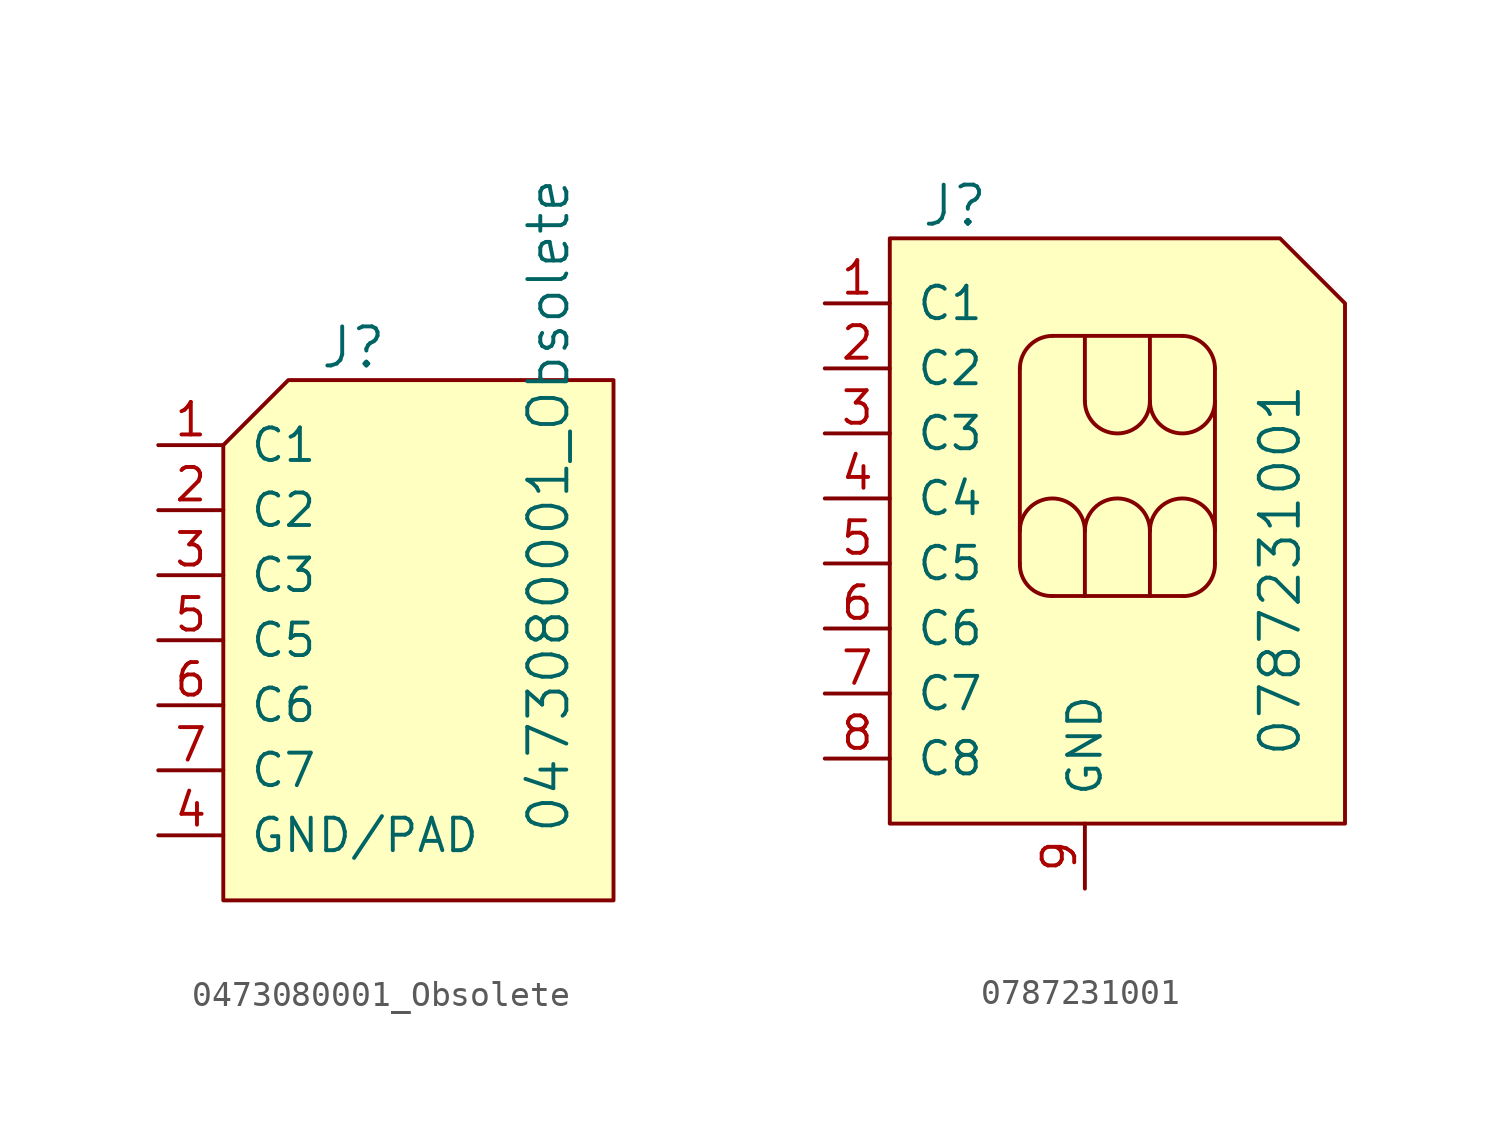
<source format=kicad_sym>
(kicad_symbol_lib
  (version 20201005)
  (generator kicad_symbol_editor)
  (symbol "0473080001_Obsolete"
    (pin_names
      (offset 1.016))
    (property "Reference" "J"
      (at 0 6.35 0)
      (effects (font (size 1.524 1.524))))
    (property "Value" "0473080001_Obsolete"
      (at 7.62 -12.7 90)
      (effects (font (size 1.524 1.524)) (justify left)))
    (symbol "0473080001_Obsolete_0_1"
      (polyline (pts (xy -5.08 2.54) (xy -2.54 5.08) (xy 10.16 5.08) (xy 10.16 -2.54) (xy 10.16 -7.62) (xy 10.16 -15.24) (xy -5.08 -15.24) (xy -5.08 2.54)) (stroke (width 0)) (fill (type background))))
    (symbol "0473080001_Obsolete_1_1"
      (pin bidirectional line (at -7.62 2.54 0) (length 2.54) (name "C1" (effects (font (size 1.27 1.27)))) (number "1" (effects (font (size 1.27 1.27)))))
      (pin bidirectional line (at -7.62 0 0) (length 2.54) (name "C2" (effects (font (size 1.27 1.27)))) (number "2" (effects (font (size 1.27 1.27)))))
      (pin bidirectional line (at -7.62 -2.54 0) (length 2.54) (name "C3" (effects (font (size 1.27 1.27)))) (number "3" (effects (font (size 1.27 1.27)))))
      (pin power_in line (at -7.62 -12.7 0) (length 2.54) (name "GND/PAD" (effects (font (size 1.27 1.27)))) (number "4" (effects (font (size 1.27 1.27)))))
      (pin bidirectional line (at -7.62 -5.08 0) (length 2.54) (name "C5" (effects (font (size 1.27 1.27)))) (number "5" (effects (font (size 1.27 1.27)))))
      (pin bidirectional line (at -7.62 -7.62 0) (length 2.54) (name "C6" (effects (font (size 1.27 1.27)))) (number "6" (effects (font (size 1.27 1.27)))))
      (pin bidirectional line (at -7.62 -10.16 0) (length 2.54) (name "C7" (effects (font (size 1.27 1.27)))) (number "7" (effects (font (size 1.27 1.27)))))))
  (symbol "0787231001"
    (pin_names
      (offset 1.016))
    (property "Reference" "J"
      (at -7.62 8.89 0)
      (effects (font (size 1.524 1.524))))
    (property "Value" "0787231001"
      (at 5.08 -12.7 90)
      (effects (font (size 1.524 1.524)) (justify left)))
    (symbol "0787231001_1_1"
      (arc (start -5.08 -5.08) (end -3.81 -6.35) (radius (at -3.8354 -5.08) (length 1.2446) (angles 180 -88.9)) (stroke (width 0)) (fill (type none)))
      (arc (start -5.08 2.54) (end -3.81 3.81) (radius (at -3.8354 2.54) (length 1.2446) (angles 180 88.9)) (stroke (width 0)) (fill (type none)))
      (arc (start -2.54 -3.81) (end -5.08 -3.81) (radius (at -3.81 -3.81) (length 1.27) (angles 0.1 179.9)) (stroke (width 0)) (fill (type none)))
      (arc (start 0 -3.81) (end -2.54 -3.81) (radius (at -1.27 -3.81) (length 1.27) (angles 0.1 179.9)) (stroke (width 0)) (fill (type none)))
      (arc (start -2.54 1.27) (end 0 1.27) (radius (at -1.27 1.27) (length 1.27) (angles -179.9 -0.1)) (stroke (width 0)) (fill (type none)))
      (arc (start 1.27 -6.35) (end 2.54 -5.08) (radius (at 1.27 -5.1054) (length 1.2446) (angles -90 1.1)) (stroke (width 0)) (fill (type none)))
      (arc (start 2.54 -3.81) (end 0 -3.81) (radius (at 1.27 -3.81) (length 1.27) (angles 0.1 179.9)) (stroke (width 0)) (fill (type none)))
      (arc (start 0 1.27) (end 2.54 1.27) (radius (at 1.27 1.27) (length 1.27) (angles -179.9 -0.1)) (stroke (width 0)) (fill (type none)))
      (arc (start 1.27 3.81) (end 2.54 2.54) (radius (at 1.27 2.5654) (length 1.2446) (angles 90 -1.1)) (stroke (width 0)) (fill (type none)))
      (polyline (pts (xy -5.08 2.54) (xy -5.08 -5.08)) (stroke (width 0)) (fill (type none)))
      (polyline (pts (xy -3.81 3.81) (xy 1.27 3.81)) (stroke (width 0)) (fill (type none)))
      (polyline (pts (xy -2.54 -3.81) (xy -2.54 -6.35)) (stroke (width 0)) (fill (type none)))
      (polyline (pts (xy -2.54 3.81) (xy -2.54 1.27)) (stroke (width 0)) (fill (type none)))
      (polyline (pts (xy 0 -6.35) (xy 0 -3.81)) (stroke (width 0)) (fill (type none)))
      (polyline (pts (xy 0 3.81) (xy 0 1.27)) (stroke (width 0)) (fill (type none)))
      (polyline (pts (xy 1.27 -6.35) (xy -3.81 -6.35)) (stroke (width 0)) (fill (type none)))
      (polyline (pts (xy 2.54 2.54) (xy 2.54 -5.08)) (stroke (width 0)) (fill (type none)))
      (polyline (pts (xy -10.16 7.62) (xy -10.16 -15.24) (xy 7.62 -15.24) (xy 7.62 -7.62) (xy 7.62 5.08) (xy 5.08 7.62) (xy -10.16 7.62)) (stroke (width 0)) (fill (type background)))
      (pin bidirectional line (at -12.7 5.08 0) (length 2.54) (name "C1" (effects (font (size 1.27 1.27)))) (number "1" (effects (font (size 1.27 1.27)))))
      (pin bidirectional line (at -12.7 2.54 0) (length 2.54) (name "C2" (effects (font (size 1.27 1.27)))) (number "2" (effects (font (size 1.27 1.27)))))
      (pin bidirectional line (at -12.7 0 0) (length 2.54) (name "C3" (effects (font (size 1.27 1.27)))) (number "3" (effects (font (size 1.27 1.27)))))
      (pin bidirectional line (at -12.7 -2.54 0) (length 2.54) (name "C4" (effects (font (size 1.27 1.27)))) (number "4" (effects (font (size 1.27 1.27)))))
      (pin bidirectional line (at -12.7 -5.08 0) (length 2.54) (name "C5" (effects (font (size 1.27 1.27)))) (number "5" (effects (font (size 1.27 1.27)))))
      (pin bidirectional line (at -12.7 -7.62 0) (length 2.54) (name "C6" (effects (font (size 1.27 1.27)))) (number "6" (effects (font (size 1.27 1.27)))))
      (pin bidirectional line (at -12.7 -10.16 0) (length 2.54) (name "C7" (effects (font (size 1.27 1.27)))) (number "7" (effects (font (size 1.27 1.27)))))
      (pin bidirectional line (at -12.7 -12.7 0) (length 2.54) (name "C8" (effects (font (size 1.27 1.27)))) (number "8" (effects (font (size 1.27 1.27)))))
      (pin power_in line (at -2.54 -17.78 90) (length 2.54) (name "GND" (effects (font (size 1.27 1.27)))) (number "9" (effects (font (size 1.27 1.27))))))))
</source>
